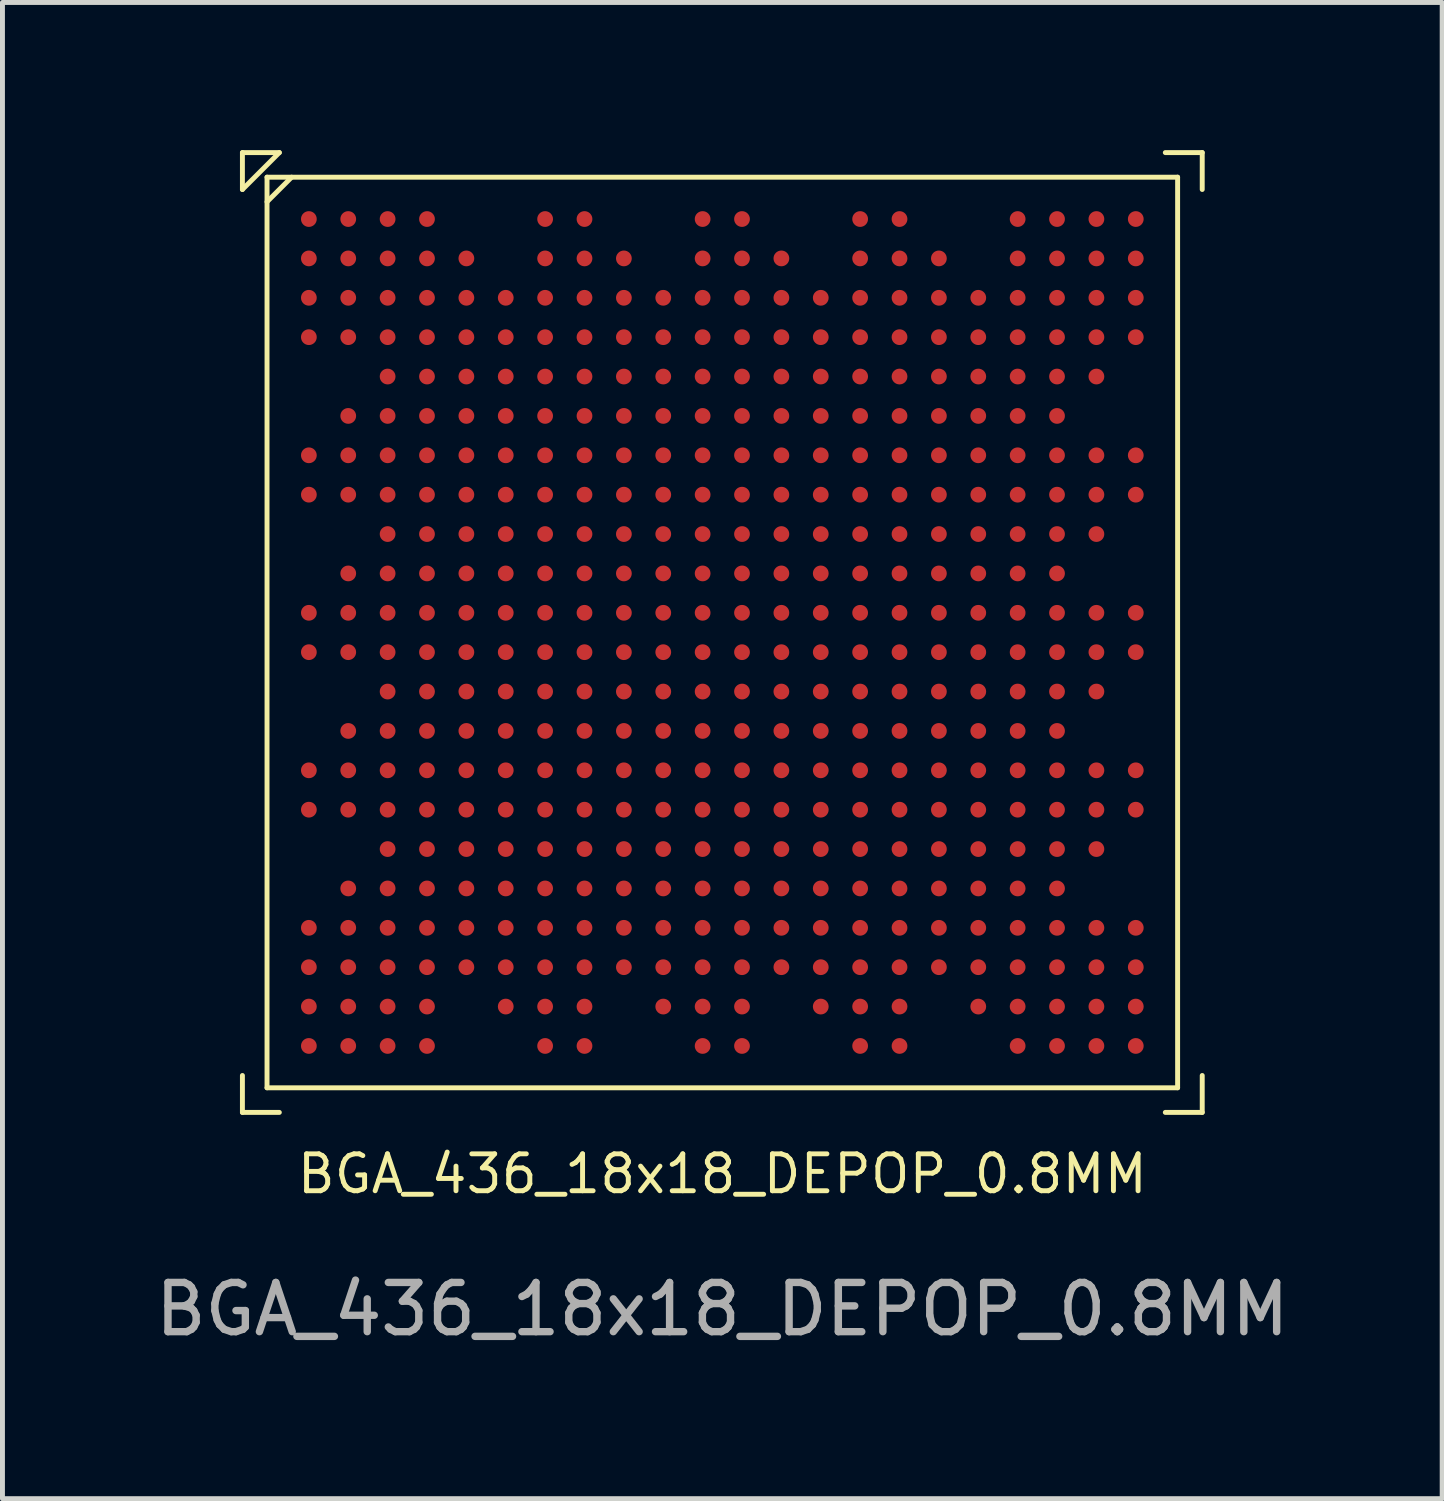
<source format=kicad_pcb>
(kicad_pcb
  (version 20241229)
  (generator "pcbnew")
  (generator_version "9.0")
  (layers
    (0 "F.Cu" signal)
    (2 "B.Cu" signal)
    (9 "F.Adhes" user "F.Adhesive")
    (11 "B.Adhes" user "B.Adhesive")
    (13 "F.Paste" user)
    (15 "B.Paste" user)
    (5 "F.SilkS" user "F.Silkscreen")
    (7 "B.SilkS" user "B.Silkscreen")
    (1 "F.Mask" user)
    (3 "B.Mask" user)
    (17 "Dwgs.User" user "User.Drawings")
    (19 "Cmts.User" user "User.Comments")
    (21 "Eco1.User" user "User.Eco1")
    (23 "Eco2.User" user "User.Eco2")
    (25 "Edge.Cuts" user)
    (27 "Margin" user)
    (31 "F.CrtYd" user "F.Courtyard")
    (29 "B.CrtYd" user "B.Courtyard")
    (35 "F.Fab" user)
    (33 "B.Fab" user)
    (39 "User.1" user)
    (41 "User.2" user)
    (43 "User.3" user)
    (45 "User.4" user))
  (footprint "BGA_436_18x18_DEPOP_0.8MM"
    (layer "F.Cu")
    (at 11.625 9.8)
    (property "Reference" "BGA_436_18x18_DEPOP_0.8MM" (at 0 11 0) (unlocked yes) (layer "F.SilkS") (effects (font (size 0.75 0.75) (thickness 0.1))))
    (attr smd)
    (fp_line (start -9.75 -9.75) (end -9 -9.75) (stroke (width 0.1) (type default)) (layer "F.SilkS"))
    (fp_line (start -9.75 -9) (end -9.75 -9.75) (stroke (width 0.1) (type default)) (layer "F.SilkS"))
    (fp_line (start -9.75 9.75) (end -9.75 9) (stroke (width 0.1) (type default)) (layer "F.SilkS"))
    (fp_line (start -9.25 -9.25) (end -9.25 9.25) (stroke (width 0.1) (type default)) (layer "F.SilkS"))
    (fp_line (start -9.25 9.25) (end 9.25 9.25) (stroke (width 0.1) (type default)) (layer "F.SilkS"))
    (fp_line (start -9 -9.75) (end -9.75 -9) (stroke (width 0.1) (type default)) (layer "F.SilkS"))
    (fp_line (start -9 9.75) (end -9.75 9.75) (stroke (width 0.1) (type default)) (layer "F.SilkS"))
    (fp_line (start -8.75 -9.25) (end -9.25 -8.75) (stroke (width 0.1) (type default)) (layer "F.SilkS"))
    (fp_line (start 9 -9.75) (end 9.75 -9.75) (stroke (width 0.1) (type default)) (layer "F.SilkS"))
    (fp_line (start 9.25 -9.25) (end -9.25 -9.25) (stroke (width 0.1) (type default)) (layer "F.SilkS"))
    (fp_line (start 9.25 9.25) (end 9.25 -9.25) (stroke (width 0.1) (type default)) (layer "F.SilkS"))
    (fp_line (start 9.75 -9.75) (end 9.75 -9) (stroke (width 0.1) (type default)) (layer "F.SilkS"))
    (fp_line (start 9.75 9) (end 9.75 9.75) (stroke (width 0.1) (type default)) (layer "F.SilkS"))
    (fp_line (start 9.75 9.75) (end 9 9.75) (stroke (width 0.1) (type default)) (layer "F.SilkS"))
    (fp_text user "${REFERENCE}" (at 0 13.75 0) (unlocked yes) (layer "F.Fab") (effects (font (size 1 1) (thickness 0.15))))
    (pad "A1" smd circle (at -8.4 -8.4) (size 0.32 0.32) (layers "F.Cu" "F.Mask" "F.Paste"))
    (pad "A2" smd circle (at -7.6 -8.4) (size 0.32 0.32) (layers "F.Cu" "F.Mask" "F.Paste"))
    (pad "A3" smd circle (at -6.8 -8.4) (size 0.32 0.32) (layers "F.Cu" "F.Mask" "F.Paste"))
    (pad "A4" smd circle (at -6 -8.4) (size 0.32 0.32) (layers "F.Cu" "F.Mask" "F.Paste"))
    (pad "A7" smd circle (at -3.6 -8.4) (size 0.32 0.32) (layers "F.Cu" "F.Mask" "F.Paste"))
    (pad "A8" smd circle (at -2.8 -8.4) (size 0.32 0.32) (layers "F.Cu" "F.Mask" "F.Paste"))
    (pad "A11" smd circle (at -0.4 -8.4) (size 0.32 0.32) (layers "F.Cu" "F.Mask" "F.Paste"))
    (pad "A12" smd circle (at 0.4 -8.4) (size 0.32 0.32) (layers "F.Cu" "F.Mask" "F.Paste"))
    (pad "A15" smd circle (at 2.8 -8.4) (size 0.32 0.32) (layers "F.Cu" "F.Mask" "F.Paste"))
    (pad "A16" smd circle (at 3.6 -8.4) (size 0.32 0.32) (layers "F.Cu" "F.Mask" "F.Paste"))
    (pad "A19" smd circle (at 6 -8.4) (size 0.32 0.32) (layers "F.Cu" "F.Mask" "F.Paste"))
    (pad "A20" smd circle (at 6.8 -8.4) (size 0.32 0.32) (layers "F.Cu" "F.Mask" "F.Paste"))
    (pad "A21" smd circle (at 7.6 -8.4) (size 0.32 0.32) (layers "F.Cu" "F.Mask" "F.Paste"))
    (pad "A22" smd circle (at 8.4 -8.4) (size 0.32 0.32) (layers "F.Cu" "F.Mask" "F.Paste"))
    (pad "AA1" smd circle (at -8.4 7.6) (size 0.32 0.32) (layers "F.Cu" "F.Mask" "F.Paste"))
    (pad "AA2" smd circle (at -7.6 7.6) (size 0.32 0.32) (layers "F.Cu" "F.Mask" "F.Paste"))
    (pad "AA3" smd circle (at -6.8 7.6) (size 0.32 0.32) (layers "F.Cu" "F.Mask" "F.Paste"))
    (pad "AA4" smd circle (at -6 7.6) (size 0.32 0.32) (layers "F.Cu" "F.Mask" "F.Paste"))
    (pad "AA6" smd circle (at -4.4 7.6) (size 0.32 0.32) (layers "F.Cu" "F.Mask" "F.Paste"))
    (pad "AA7" smd circle (at -3.6 7.6) (size 0.32 0.32) (layers "F.Cu" "F.Mask" "F.Paste"))
    (pad "AA8" smd circle (at -2.8 7.6) (size 0.32 0.32) (layers "F.Cu" "F.Mask" "F.Paste"))
    (pad "AA10" smd circle (at -1.2 7.6) (size 0.32 0.32) (layers "F.Cu" "F.Mask" "F.Paste"))
    (pad "AA11" smd circle (at -0.4 7.6) (size 0.32 0.32) (layers "F.Cu" "F.Mask" "F.Paste"))
    (pad "AA12" smd circle (at 0.4 7.6) (size 0.32 0.32) (layers "F.Cu" "F.Mask" "F.Paste"))
    (pad "AA14" smd circle (at 2 7.6) (size 0.32 0.32) (layers "F.Cu" "F.Mask" "F.Paste"))
    (pad "AA15" smd circle (at 2.8 7.6) (size 0.32 0.32) (layers "F.Cu" "F.Mask" "F.Paste"))
    (pad "AA16" smd circle (at 3.6 7.6) (size 0.32 0.32) (layers "F.Cu" "F.Mask" "F.Paste"))
    (pad "AA18" smd circle (at 5.2 7.6) (size 0.32 0.32) (layers "F.Cu" "F.Mask" "F.Paste"))
    (pad "AA19" smd circle (at 6 7.6) (size 0.32 0.32) (layers "F.Cu" "F.Mask" "F.Paste"))
    (pad "AA20" smd circle (at 6.8 7.6) (size 0.32 0.32) (layers "F.Cu" "F.Mask" "F.Paste"))
    (pad "AA21" smd circle (at 7.6 7.6) (size 0.32 0.32) (layers "F.Cu" "F.Mask" "F.Paste"))
    (pad "AA22" smd circle (at 8.4 7.6) (size 0.32 0.32) (layers "F.Cu" "F.Mask" "F.Paste"))
    (pad "AB1" smd circle (at -8.4 8.4) (size 0.32 0.32) (layers "F.Cu" "F.Mask" "F.Paste"))
    (pad "AB2" smd circle (at -7.6 8.4) (size 0.32 0.32) (layers "F.Cu" "F.Mask" "F.Paste"))
    (pad "AB3" smd circle (at -6.8 8.4) (size 0.32 0.32) (layers "F.Cu" "F.Mask" "F.Paste"))
    (pad "AB4" smd circle (at -6 8.4) (size 0.32 0.32) (layers "F.Cu" "F.Mask" "F.Paste"))
    (pad "AB7" smd circle (at -3.6 8.4) (size 0.32 0.32) (layers "F.Cu" "F.Mask" "F.Paste"))
    (pad "AB8" smd circle (at -2.8 8.4) (size 0.32 0.32) (layers "F.Cu" "F.Mask" "F.Paste"))
    (pad "AB11" smd circle (at -0.4 8.4) (size 0.32 0.32) (layers "F.Cu" "F.Mask" "F.Paste"))
    (pad "AB12" smd circle (at 0.4 8.4) (size 0.32 0.32) (layers "F.Cu" "F.Mask" "F.Paste"))
    (pad "AB15" smd circle (at 2.8 8.4) (size 0.32 0.32) (layers "F.Cu" "F.Mask" "F.Paste"))
    (pad "AB16" smd circle (at 3.6 8.4) (size 0.32 0.32) (layers "F.Cu" "F.Mask" "F.Paste"))
    (pad "AB19" smd circle (at 6 8.4) (size 0.32 0.32) (layers "F.Cu" "F.Mask" "F.Paste"))
    (pad "AB20" smd circle (at 6.8 8.4) (size 0.32 0.32) (layers "F.Cu" "F.Mask" "F.Paste"))
    (pad "AB21" smd circle (at 7.6 8.4) (size 0.32 0.32) (layers "F.Cu" "F.Mask" "F.Paste"))
    (pad "AB22" smd circle (at 8.4 8.4) (size 0.32 0.32) (layers "F.Cu" "F.Mask" "F.Paste"))
    (pad "B1" smd circle (at -8.4 -7.6) (size 0.32 0.32) (layers "F.Cu" "F.Mask" "F.Paste"))
    (pad "B2" smd circle (at -7.6 -7.6) (size 0.32 0.32) (layers "F.Cu" "F.Mask" "F.Paste"))
    (pad "B3" smd circle (at -6.8 -7.6) (size 0.32 0.32) (layers "F.Cu" "F.Mask" "F.Paste"))
    (pad "B4" smd circle (at -6 -7.6) (size 0.32 0.32) (layers "F.Cu" "F.Mask" "F.Paste"))
    (pad "B5" smd circle (at -5.2 -7.6) (size 0.32 0.32) (layers "F.Cu" "F.Mask" "F.Paste"))
    (pad "B7" smd circle (at -3.6 -7.6) (size 0.32 0.32) (layers "F.Cu" "F.Mask" "F.Paste"))
    (pad "B8" smd circle (at -2.8 -7.6) (size 0.32 0.32) (layers "F.Cu" "F.Mask" "F.Paste"))
    (pad "B9" smd circle (at -2 -7.6) (size 0.32 0.32) (layers "F.Cu" "F.Mask" "F.Paste"))
    (pad "B11" smd circle (at -0.4 -7.6) (size 0.32 0.32) (layers "F.Cu" "F.Mask" "F.Paste"))
    (pad "B12" smd circle (at 0.4 -7.6) (size 0.32 0.32) (layers "F.Cu" "F.Mask" "F.Paste"))
    (pad "B13" smd circle (at 1.2 -7.6) (size 0.32 0.32) (layers "F.Cu" "F.Mask" "F.Paste"))
    (pad "B15" smd circle (at 2.8 -7.6) (size 0.32 0.32) (layers "F.Cu" "F.Mask" "F.Paste"))
    (pad "B16" smd circle (at 3.6 -7.6) (size 0.32 0.32) (layers "F.Cu" "F.Mask" "F.Paste"))
    (pad "B17" smd circle (at 4.4 -7.6) (size 0.32 0.32) (layers "F.Cu" "F.Mask" "F.Paste"))
    (pad "B19" smd circle (at 6 -7.6) (size 0.32 0.32) (layers "F.Cu" "F.Mask" "F.Paste"))
    (pad "B20" smd circle (at 6.8 -7.6) (size 0.32 0.32) (layers "F.Cu" "F.Mask" "F.Paste"))
    (pad "B21" smd circle (at 7.6 -7.6) (size 0.32 0.32) (layers "F.Cu" "F.Mask" "F.Paste"))
    (pad "B22" smd circle (at 8.4 -7.6) (size 0.32 0.32) (layers "F.Cu" "F.Mask" "F.Paste"))
    (pad "C1" smd circle (at -8.4 -6.8) (size 0.32 0.32) (layers "F.Cu" "F.Mask" "F.Paste"))
    (pad "C2" smd circle (at -7.6 -6.8) (size 0.32 0.32) (layers "F.Cu" "F.Mask" "F.Paste"))
    (pad "C3" smd circle (at -6.8 -6.8) (size 0.32 0.32) (layers "F.Cu" "F.Mask" "F.Paste"))
    (pad "C4" smd circle (at -6 -6.8) (size 0.32 0.32) (layers "F.Cu" "F.Mask" "F.Paste"))
    (pad "C5" smd circle (at -5.2 -6.8) (size 0.32 0.32) (layers "F.Cu" "F.Mask" "F.Paste"))
    (pad "C6" smd circle (at -4.4 -6.8) (size 0.32 0.32) (layers "F.Cu" "F.Mask" "F.Paste"))
    (pad "C7" smd circle (at -3.6 -6.8) (size 0.32 0.32) (layers "F.Cu" "F.Mask" "F.Paste"))
    (pad "C8" smd circle (at -2.8 -6.8) (size 0.32 0.32) (layers "F.Cu" "F.Mask" "F.Paste"))
    (pad "C9" smd circle (at -2 -6.8) (size 0.32 0.32) (layers "F.Cu" "F.Mask" "F.Paste"))
    (pad "C10" smd circle (at -1.2 -6.8) (size 0.32 0.32) (layers "F.Cu" "F.Mask" "F.Paste"))
    (pad "C11" smd circle (at -0.4 -6.8) (size 0.32 0.32) (layers "F.Cu" "F.Mask" "F.Paste"))
    (pad "C12" smd circle (at 0.4 -6.8) (size 0.32 0.32) (layers "F.Cu" "F.Mask" "F.Paste"))
    (pad "C13" smd circle (at 1.2 -6.8) (size 0.32 0.32) (layers "F.Cu" "F.Mask" "F.Paste"))
    (pad "C14" smd circle (at 2 -6.8) (size 0.32 0.32) (layers "F.Cu" "F.Mask" "F.Paste"))
    (pad "C15" smd circle (at 2.8 -6.8) (size 0.32 0.32) (layers "F.Cu" "F.Mask" "F.Paste"))
    (pad "C16" smd circle (at 3.6 -6.8) (size 0.32 0.32) (layers "F.Cu" "F.Mask" "F.Paste"))
    (pad "C17" smd circle (at 4.4 -6.8) (size 0.32 0.32) (layers "F.Cu" "F.Mask" "F.Paste"))
    (pad "C18" smd circle (at 5.2 -6.8) (size 0.32 0.32) (layers "F.Cu" "F.Mask" "F.Paste"))
    (pad "C19" smd circle (at 6 -6.8) (size 0.32 0.32) (layers "F.Cu" "F.Mask" "F.Paste"))
    (pad "C20" smd circle (at 6.8 -6.8) (size 0.32 0.32) (layers "F.Cu" "F.Mask" "F.Paste"))
    (pad "C21" smd circle (at 7.6 -6.8) (size 0.32 0.32) (layers "F.Cu" "F.Mask" "F.Paste"))
    (pad "C22" smd circle (at 8.4 -6.8) (size 0.32 0.32) (layers "F.Cu" "F.Mask" "F.Paste"))
    (pad "D1" smd circle (at -8.4 -6) (size 0.32 0.32) (layers "F.Cu" "F.Mask" "F.Paste"))
    (pad "D2" smd circle (at -7.6 -6) (size 0.32 0.32) (layers "F.Cu" "F.Mask" "F.Paste"))
    (pad "D3" smd circle (at -6.8 -6) (size 0.32 0.32) (layers "F.Cu" "F.Mask" "F.Paste"))
    (pad "D4" smd circle (at -6 -6) (size 0.32 0.32) (layers "F.Cu" "F.Mask" "F.Paste"))
    (pad "D5" smd circle (at -5.2 -6) (size 0.32 0.32) (layers "F.Cu" "F.Mask" "F.Paste"))
    (pad "D6" smd circle (at -4.4 -6) (size 0.32 0.32) (layers "F.Cu" "F.Mask" "F.Paste"))
    (pad "D7" smd circle (at -3.6 -6) (size 0.32 0.32) (layers "F.Cu" "F.Mask" "F.Paste"))
    (pad "D8" smd circle (at -2.8 -6) (size 0.32 0.32) (layers "F.Cu" "F.Mask" "F.Paste"))
    (pad "D9" smd circle (at -2 -6) (size 0.32 0.32) (layers "F.Cu" "F.Mask" "F.Paste"))
    (pad "D10" smd circle (at -1.2 -6) (size 0.32 0.32) (layers "F.Cu" "F.Mask" "F.Paste"))
    (pad "D11" smd circle (at -0.4 -6) (size 0.32 0.32) (layers "F.Cu" "F.Mask" "F.Paste"))
    (pad "D12" smd circle (at 0.4 -6) (size 0.32 0.32) (layers "F.Cu" "F.Mask" "F.Paste"))
    (pad "D13" smd circle (at 1.2 -6) (size 0.32 0.32) (layers "F.Cu" "F.Mask" "F.Paste"))
    (pad "D14" smd circle (at 2 -6) (size 0.32 0.32) (layers "F.Cu" "F.Mask" "F.Paste"))
    (pad "D15" smd circle (at 2.8 -6) (size 0.32 0.32) (layers "F.Cu" "F.Mask" "F.Paste"))
    (pad "D16" smd circle (at 3.6 -6) (size 0.32 0.32) (layers "F.Cu" "F.Mask" "F.Paste"))
    (pad "D17" smd circle (at 4.4 -6) (size 0.32 0.32) (layers "F.Cu" "F.Mask" "F.Paste"))
    (pad "D18" smd circle (at 5.2 -6) (size 0.32 0.32) (layers "F.Cu" "F.Mask" "F.Paste"))
    (pad "D19" smd circle (at 6 -6) (size 0.32 0.32) (layers "F.Cu" "F.Mask" "F.Paste"))
    (pad "D20" smd circle (at 6.8 -6) (size 0.32 0.32) (layers "F.Cu" "F.Mask" "F.Paste"))
    (pad "D21" smd circle (at 7.6 -6) (size 0.32 0.32) (layers "F.Cu" "F.Mask" "F.Paste"))
    (pad "D22" smd circle (at 8.4 -6) (size 0.32 0.32) (layers "F.Cu" "F.Mask" "F.Paste"))
    (pad "E3" smd circle (at -6.8 -5.2) (size 0.32 0.32) (layers "F.Cu" "F.Mask" "F.Paste"))
    (pad "E4" smd circle (at -6 -5.2) (size 0.32 0.32) (layers "F.Cu" "F.Mask" "F.Paste"))
    (pad "E5" smd circle (at -5.2 -5.2) (size 0.32 0.32) (layers "F.Cu" "F.Mask" "F.Paste"))
    (pad "E6" smd circle (at -4.4 -5.2) (size 0.32 0.32) (layers "F.Cu" "F.Mask" "F.Paste"))
    (pad "E7" smd circle (at -3.6 -5.2) (size 0.32 0.32) (layers "F.Cu" "F.Mask" "F.Paste"))
    (pad "E8" smd circle (at -2.8 -5.2) (size 0.32 0.32) (layers "F.Cu" "F.Mask" "F.Paste"))
    (pad "E9" smd circle (at -2 -5.2) (size 0.32 0.32) (layers "F.Cu" "F.Mask" "F.Paste"))
    (pad "E10" smd circle (at -1.2 -5.2) (size 0.32 0.32) (layers "F.Cu" "F.Mask" "F.Paste"))
    (pad "E11" smd circle (at -0.4 -5.2) (size 0.32 0.32) (layers "F.Cu" "F.Mask" "F.Paste"))
    (pad "E12" smd circle (at 0.4 -5.2) (size 0.32 0.32) (layers "F.Cu" "F.Mask" "F.Paste"))
    (pad "E13" smd circle (at 1.2 -5.2) (size 0.32 0.32) (layers "F.Cu" "F.Mask" "F.Paste"))
    (pad "E14" smd circle (at 2 -5.2) (size 0.32 0.32) (layers "F.Cu" "F.Mask" "F.Paste"))
    (pad "E15" smd circle (at 2.8 -5.2) (size 0.32 0.32) (layers "F.Cu" "F.Mask" "F.Paste"))
    (pad "E16" smd circle (at 3.6 -5.2) (size 0.32 0.32) (layers "F.Cu" "F.Mask" "F.Paste"))
    (pad "E17" smd circle (at 4.4 -5.2) (size 0.32 0.32) (layers "F.Cu" "F.Mask" "F.Paste"))
    (pad "E18" smd circle (at 5.2 -5.2) (size 0.32 0.32) (layers "F.Cu" "F.Mask" "F.Paste"))
    (pad "E19" smd circle (at 6 -5.2) (size 0.32 0.32) (layers "F.Cu" "F.Mask" "F.Paste"))
    (pad "E20" smd circle (at 6.8 -5.2) (size 0.32 0.32) (layers "F.Cu" "F.Mask" "F.Paste"))
    (pad "E21" smd circle (at 7.6 -5.2) (size 0.32 0.32) (layers "F.Cu" "F.Mask" "F.Paste"))
    (pad "F2" smd circle (at -7.6 -4.4) (size 0.32 0.32) (layers "F.Cu" "F.Mask" "F.Paste"))
    (pad "F3" smd circle (at -6.8 -4.4) (size 0.32 0.32) (layers "F.Cu" "F.Mask" "F.Paste"))
    (pad "F4" smd circle (at -6 -4.4) (size 0.32 0.32) (layers "F.Cu" "F.Mask" "F.Paste"))
    (pad "F5" smd circle (at -5.2 -4.4) (size 0.32 0.32) (layers "F.Cu" "F.Mask" "F.Paste"))
    (pad "F6" smd circle (at -4.4 -4.4) (size 0.32 0.32) (layers "F.Cu" "F.Mask" "F.Paste"))
    (pad "F7" smd circle (at -3.6 -4.4) (size 0.32 0.32) (layers "F.Cu" "F.Mask" "F.Paste"))
    (pad "F8" smd circle (at -2.8 -4.4) (size 0.32 0.32) (layers "F.Cu" "F.Mask" "F.Paste"))
    (pad "F9" smd circle (at -2 -4.4) (size 0.32 0.32) (layers "F.Cu" "F.Mask" "F.Paste"))
    (pad "F10" smd circle (at -1.2 -4.4) (size 0.32 0.32) (layers "F.Cu" "F.Mask" "F.Paste"))
    (pad "F11" smd circle (at -0.4 -4.4) (size 0.32 0.32) (layers "F.Cu" "F.Mask" "F.Paste"))
    (pad "F12" smd circle (at 0.4 -4.4) (size 0.32 0.32) (layers "F.Cu" "F.Mask" "F.Paste"))
    (pad "F13" smd circle (at 1.2 -4.4) (size 0.32 0.32) (layers "F.Cu" "F.Mask" "F.Paste"))
    (pad "F14" smd circle (at 2 -4.4) (size 0.32 0.32) (layers "F.Cu" "F.Mask" "F.Paste"))
    (pad "F15" smd circle (at 2.8 -4.4) (size 0.32 0.32) (layers "F.Cu" "F.Mask" "F.Paste"))
    (pad "F16" smd circle (at 3.6 -4.4) (size 0.32 0.32) (layers "F.Cu" "F.Mask" "F.Paste"))
    (pad "F17" smd circle (at 4.4 -4.4) (size 0.32 0.32) (layers "F.Cu" "F.Mask" "F.Paste"))
    (pad "F18" smd circle (at 5.2 -4.4) (size 0.32 0.32) (layers "F.Cu" "F.Mask" "F.Paste"))
    (pad "F19" smd circle (at 6 -4.4) (size 0.32 0.32) (layers "F.Cu" "F.Mask" "F.Paste"))
    (pad "F20" smd circle (at 6.8 -4.4) (size 0.32 0.32) (layers "F.Cu" "F.Mask" "F.Paste"))
    (pad "G1" smd circle (at -8.4 -3.6) (size 0.32 0.32) (layers "F.Cu" "F.Mask" "F.Paste"))
    (pad "G2" smd circle (at -7.6 -3.6) (size 0.32 0.32) (layers "F.Cu" "F.Mask" "F.Paste"))
    (pad "G3" smd circle (at -6.8 -3.6) (size 0.32 0.32) (layers "F.Cu" "F.Mask" "F.Paste"))
    (pad "G4" smd circle (at -6 -3.6) (size 0.32 0.32) (layers "F.Cu" "F.Mask" "F.Paste"))
    (pad "G5" smd circle (at -5.2 -3.6) (size 0.32 0.32) (layers "F.Cu" "F.Mask" "F.Paste"))
    (pad "G6" smd circle (at -4.4 -3.6) (size 0.32 0.32) (layers "F.Cu" "F.Mask" "F.Paste"))
    (pad "G7" smd circle (at -3.6 -3.6) (size 0.32 0.32) (layers "F.Cu" "F.Mask" "F.Paste"))
    (pad "G8" smd circle (at -2.8 -3.6) (size 0.32 0.32) (layers "F.Cu" "F.Mask" "F.Paste"))
    (pad "G9" smd circle (at -2 -3.6) (size 0.32 0.32) (layers "F.Cu" "F.Mask" "F.Paste"))
    (pad "G10" smd circle (at -1.2 -3.6) (size 0.32 0.32) (layers "F.Cu" "F.Mask" "F.Paste"))
    (pad "G11" smd circle (at -0.4 -3.6) (size 0.32 0.32) (layers "F.Cu" "F.Mask" "F.Paste"))
    (pad "G12" smd circle (at 0.4 -3.6) (size 0.32 0.32) (layers "F.Cu" "F.Mask" "F.Paste"))
    (pad "G13" smd circle (at 1.2 -3.6) (size 0.32 0.32) (layers "F.Cu" "F.Mask" "F.Paste"))
    (pad "G14" smd circle (at 2 -3.6) (size 0.32 0.32) (layers "F.Cu" "F.Mask" "F.Paste"))
    (pad "G15" smd circle (at 2.8 -3.6) (size 0.32 0.32) (layers "F.Cu" "F.Mask" "F.Paste"))
    (pad "G16" smd circle (at 3.6 -3.6) (size 0.32 0.32) (layers "F.Cu" "F.Mask" "F.Paste"))
    (pad "G17" smd circle (at 4.4 -3.6) (size 0.32 0.32) (layers "F.Cu" "F.Mask" "F.Paste"))
    (pad "G18" smd circle (at 5.2 -3.6) (size 0.32 0.32) (layers "F.Cu" "F.Mask" "F.Paste"))
    (pad "G19" smd circle (at 6 -3.6) (size 0.32 0.32) (layers "F.Cu" "F.Mask" "F.Paste"))
    (pad "G20" smd circle (at 6.8 -3.6) (size 0.32 0.32) (layers "F.Cu" "F.Mask" "F.Paste"))
    (pad "G21" smd circle (at 7.6 -3.6) (size 0.32 0.32) (layers "F.Cu" "F.Mask" "F.Paste"))
    (pad "G22" smd circle (at 8.4 -3.6) (size 0.32 0.32) (layers "F.Cu" "F.Mask" "F.Paste"))
    (pad "H1" smd circle (at -8.4 -2.8) (size 0.32 0.32) (layers "F.Cu" "F.Mask" "F.Paste"))
    (pad "H2" smd circle (at -7.6 -2.8) (size 0.32 0.32) (layers "F.Cu" "F.Mask" "F.Paste"))
    (pad "H3" smd circle (at -6.8 -2.8) (size 0.32 0.32) (layers "F.Cu" "F.Mask" "F.Paste"))
    (pad "H4" smd circle (at -6 -2.8) (size 0.32 0.32) (layers "F.Cu" "F.Mask" "F.Paste"))
    (pad "H5" smd circle (at -5.2 -2.8) (size 0.32 0.32) (layers "F.Cu" "F.Mask" "F.Paste"))
    (pad "H6" smd circle (at -4.4 -2.8) (size 0.32 0.32) (layers "F.Cu" "F.Mask" "F.Paste"))
    (pad "H7" smd circle (at -3.6 -2.8) (size 0.32 0.32) (layers "F.Cu" "F.Mask" "F.Paste"))
    (pad "H8" smd circle (at -2.8 -2.8) (size 0.32 0.32) (layers "F.Cu" "F.Mask" "F.Paste"))
    (pad "H9" smd circle (at -2 -2.8) (size 0.32 0.32) (layers "F.Cu" "F.Mask" "F.Paste"))
    (pad "H10" smd circle (at -1.2 -2.8) (size 0.32 0.32) (layers "F.Cu" "F.Mask" "F.Paste"))
    (pad "H11" smd circle (at -0.4 -2.8) (size 0.32 0.32) (layers "F.Cu" "F.Mask" "F.Paste"))
    (pad "H12" smd circle (at 0.4 -2.8) (size 0.32 0.32) (layers "F.Cu" "F.Mask" "F.Paste"))
    (pad "H13" smd circle (at 1.2 -2.8) (size 0.32 0.32) (layers "F.Cu" "F.Mask" "F.Paste"))
    (pad "H14" smd circle (at 2 -2.8) (size 0.32 0.32) (layers "F.Cu" "F.Mask" "F.Paste"))
    (pad "H15" smd circle (at 2.8 -2.8) (size 0.32 0.32) (layers "F.Cu" "F.Mask" "F.Paste"))
    (pad "H16" smd circle (at 3.6 -2.8) (size 0.32 0.32) (layers "F.Cu" "F.Mask" "F.Paste"))
    (pad "H17" smd circle (at 4.4 -2.8) (size 0.32 0.32) (layers "F.Cu" "F.Mask" "F.Paste"))
    (pad "H18" smd circle (at 5.2 -2.8) (size 0.32 0.32) (layers "F.Cu" "F.Mask" "F.Paste"))
    (pad "H19" smd circle (at 6 -2.8) (size 0.32 0.32) (layers "F.Cu" "F.Mask" "F.Paste"))
    (pad "H20" smd circle (at 6.8 -2.8) (size 0.32 0.32) (layers "F.Cu" "F.Mask" "F.Paste"))
    (pad "H21" smd circle (at 7.6 -2.8) (size 0.32 0.32) (layers "F.Cu" "F.Mask" "F.Paste"))
    (pad "H22" smd circle (at 8.4 -2.8) (size 0.32 0.32) (layers "F.Cu" "F.Mask" "F.Paste"))
    (pad "J3" smd circle (at -6.8 -2) (size 0.32 0.32) (layers "F.Cu" "F.Mask" "F.Paste"))
    (pad "J4" smd circle (at -6 -2) (size 0.32 0.32) (layers "F.Cu" "F.Mask" "F.Paste"))
    (pad "J5" smd circle (at -5.2 -2) (size 0.32 0.32) (layers "F.Cu" "F.Mask" "F.Paste"))
    (pad "J6" smd circle (at -4.4 -2) (size 0.32 0.32) (layers "F.Cu" "F.Mask" "F.Paste"))
    (pad "J7" smd circle (at -3.6 -2) (size 0.32 0.32) (layers "F.Cu" "F.Mask" "F.Paste"))
    (pad "J8" smd circle (at -2.8 -2) (size 0.32 0.32) (layers "F.Cu" "F.Mask" "F.Paste"))
    (pad "J9" smd circle (at -2 -2) (size 0.32 0.32) (layers "F.Cu" "F.Mask" "F.Paste"))
    (pad "J10" smd circle (at -1.2 -2) (size 0.32 0.32) (layers "F.Cu" "F.Mask" "F.Paste"))
    (pad "J11" smd circle (at -0.4 -2) (size 0.32 0.32) (layers "F.Cu" "F.Mask" "F.Paste"))
    (pad "J12" smd circle (at 0.4 -2) (size 0.32 0.32) (layers "F.Cu" "F.Mask" "F.Paste"))
    (pad "J13" smd circle (at 1.2 -2) (size 0.32 0.32) (layers "F.Cu" "F.Mask" "F.Paste"))
    (pad "J14" smd circle (at 2 -2) (size 0.32 0.32) (layers "F.Cu" "F.Mask" "F.Paste"))
    (pad "J15" smd circle (at 2.8 -2) (size 0.32 0.32) (layers "F.Cu" "F.Mask" "F.Paste"))
    (pad "J16" smd circle (at 3.6 -2) (size 0.32 0.32) (layers "F.Cu" "F.Mask" "F.Paste"))
    (pad "J17" smd circle (at 4.4 -2) (size 0.32 0.32) (layers "F.Cu" "F.Mask" "F.Paste"))
    (pad "J18" smd circle (at 5.2 -2) (size 0.32 0.32) (layers "F.Cu" "F.Mask" "F.Paste"))
    (pad "J19" smd circle (at 6 -2) (size 0.32 0.32) (layers "F.Cu" "F.Mask" "F.Paste"))
    (pad "J20" smd circle (at 6.8 -2) (size 0.32 0.32) (layers "F.Cu" "F.Mask" "F.Paste"))
    (pad "J21" smd circle (at 7.6 -2) (size 0.32 0.32) (layers "F.Cu" "F.Mask" "F.Paste"))
    (pad "K2" smd circle (at -7.6 -1.2) (size 0.32 0.32) (layers "F.Cu" "F.Mask" "F.Paste"))
    (pad "K3" smd circle (at -6.8 -1.2) (size 0.32 0.32) (layers "F.Cu" "F.Mask" "F.Paste"))
    (pad "K4" smd circle (at -6 -1.2) (size 0.32 0.32) (layers "F.Cu" "F.Mask" "F.Paste"))
    (pad "K5" smd circle (at -5.2 -1.2) (size 0.32 0.32) (layers "F.Cu" "F.Mask" "F.Paste"))
    (pad "K6" smd circle (at -4.4 -1.2) (size 0.32 0.32) (layers "F.Cu" "F.Mask" "F.Paste"))
    (pad "K7" smd circle (at -3.6 -1.2) (size 0.32 0.32) (layers "F.Cu" "F.Mask" "F.Paste"))
    (pad "K8" smd circle (at -2.8 -1.2) (size 0.32 0.32) (layers "F.Cu" "F.Mask" "F.Paste"))
    (pad "K9" smd circle (at -2 -1.2) (size 0.32 0.32) (layers "F.Cu" "F.Mask" "F.Paste"))
    (pad "K10" smd circle (at -1.2 -1.2) (size 0.32 0.32) (layers "F.Cu" "F.Mask" "F.Paste"))
    (pad "K11" smd circle (at -0.4 -1.2) (size 0.32 0.32) (layers "F.Cu" "F.Mask" "F.Paste"))
    (pad "K12" smd circle (at 0.4 -1.2) (size 0.32 0.32) (layers "F.Cu" "F.Mask" "F.Paste"))
    (pad "K13" smd circle (at 1.2 -1.2) (size 0.32 0.32) (layers "F.Cu" "F.Mask" "F.Paste"))
    (pad "K14" smd circle (at 2 -1.2) (size 0.32 0.32) (layers "F.Cu" "F.Mask" "F.Paste"))
    (pad "K15" smd circle (at 2.8 -1.2) (size 0.32 0.32) (layers "F.Cu" "F.Mask" "F.Paste"))
    (pad "K16" smd circle (at 3.6 -1.2) (size 0.32 0.32) (layers "F.Cu" "F.Mask" "F.Paste"))
    (pad "K17" smd circle (at 4.4 -1.2) (size 0.32 0.32) (layers "F.Cu" "F.Mask" "F.Paste"))
    (pad "K18" smd circle (at 5.2 -1.2) (size 0.32 0.32) (layers "F.Cu" "F.Mask" "F.Paste"))
    (pad "K19" smd circle (at 6 -1.2) (size 0.32 0.32) (layers "F.Cu" "F.Mask" "F.Paste"))
    (pad "K20" smd circle (at 6.8 -1.2) (size 0.32 0.32) (layers "F.Cu" "F.Mask" "F.Paste"))
    (pad "L1" smd circle (at -8.4 -0.4) (size 0.32 0.32) (layers "F.Cu" "F.Mask" "F.Paste"))
    (pad "L2" smd circle (at -7.6 -0.4) (size 0.32 0.32) (layers "F.Cu" "F.Mask" "F.Paste"))
    (pad "L3" smd circle (at -6.8 -0.4) (size 0.32 0.32) (layers "F.Cu" "F.Mask" "F.Paste"))
    (pad "L4" smd circle (at -6 -0.4) (size 0.32 0.32) (layers "F.Cu" "F.Mask" "F.Paste"))
    (pad "L5" smd circle (at -5.2 -0.4) (size 0.32 0.32) (layers "F.Cu" "F.Mask" "F.Paste"))
    (pad "L6" smd circle (at -4.4 -0.4) (size 0.32 0.32) (layers "F.Cu" "F.Mask" "F.Paste"))
    (pad "L7" smd circle (at -3.6 -0.4) (size 0.32 0.32) (layers "F.Cu" "F.Mask" "F.Paste"))
    (pad "L8" smd circle (at -2.8 -0.4) (size 0.32 0.32) (layers "F.Cu" "F.Mask" "F.Paste"))
    (pad "L9" smd circle (at -2 -0.4) (size 0.32 0.32) (layers "F.Cu" "F.Mask" "F.Paste"))
    (pad "L10" smd circle (at -1.2 -0.4) (size 0.32 0.32) (layers "F.Cu" "F.Mask" "F.Paste"))
    (pad "L11" smd circle (at -0.4 -0.4) (size 0.32 0.32) (layers "F.Cu" "F.Mask" "F.Paste"))
    (pad "L12" smd circle (at 0.4 -0.4) (size 0.32 0.32) (layers "F.Cu" "F.Mask" "F.Paste"))
    (pad "L13" smd circle (at 1.2 -0.4) (size 0.32 0.32) (layers "F.Cu" "F.Mask" "F.Paste"))
    (pad "L14" smd circle (at 2 -0.4) (size 0.32 0.32) (layers "F.Cu" "F.Mask" "F.Paste"))
    (pad "L15" smd circle (at 2.8 -0.4) (size 0.32 0.32) (layers "F.Cu" "F.Mask" "F.Paste"))
    (pad "L16" smd circle (at 3.6 -0.4) (size 0.32 0.32) (layers "F.Cu" "F.Mask" "F.Paste"))
    (pad "L17" smd circle (at 4.4 -0.4) (size 0.32 0.32) (layers "F.Cu" "F.Mask" "F.Paste"))
    (pad "L18" smd circle (at 5.2 -0.4) (size 0.32 0.32) (layers "F.Cu" "F.Mask" "F.Paste"))
    (pad "L19" smd circle (at 6 -0.4) (size 0.32 0.32) (layers "F.Cu" "F.Mask" "F.Paste"))
    (pad "L20" smd circle (at 6.8 -0.4) (size 0.32 0.32) (layers "F.Cu" "F.Mask" "F.Paste"))
    (pad "L21" smd circle (at 7.6 -0.4) (size 0.32 0.32) (layers "F.Cu" "F.Mask" "F.Paste"))
    (pad "L22" smd circle (at 8.4 -0.4) (size 0.32 0.32) (layers "F.Cu" "F.Mask" "F.Paste"))
    (pad "M1" smd circle (at -8.4 0.4) (size 0.32 0.32) (layers "F.Cu" "F.Mask" "F.Paste"))
    (pad "M2" smd circle (at -7.6 0.4) (size 0.32 0.32) (layers "F.Cu" "F.Mask" "F.Paste"))
    (pad "M3" smd circle (at -6.8 0.4) (size 0.32 0.32) (layers "F.Cu" "F.Mask" "F.Paste"))
    (pad "M4" smd circle (at -6 0.4) (size 0.32 0.32) (layers "F.Cu" "F.Mask" "F.Paste"))
    (pad "M5" smd circle (at -5.2 0.4) (size 0.32 0.32) (layers "F.Cu" "F.Mask" "F.Paste"))
    (pad "M6" smd circle (at -4.4 0.4) (size 0.32 0.32) (layers "F.Cu" "F.Mask" "F.Paste"))
    (pad "M7" smd circle (at -3.6 0.4) (size 0.32 0.32) (layers "F.Cu" "F.Mask" "F.Paste"))
    (pad "M8" smd circle (at -2.8 0.4) (size 0.32 0.32) (layers "F.Cu" "F.Mask" "F.Paste"))
    (pad "M9" smd circle (at -2 0.4) (size 0.32 0.32) (layers "F.Cu" "F.Mask" "F.Paste"))
    (pad "M10" smd circle (at -1.2 0.4) (size 0.32 0.32) (layers "F.Cu" "F.Mask" "F.Paste"))
    (pad "M11" smd circle (at -0.4 0.4) (size 0.32 0.32) (layers "F.Cu" "F.Mask" "F.Paste"))
    (pad "M12" smd circle (at 0.4 0.4) (size 0.32 0.32) (layers "F.Cu" "F.Mask" "F.Paste"))
    (pad "M13" smd circle (at 1.2 0.4) (size 0.32 0.32) (layers "F.Cu" "F.Mask" "F.Paste"))
    (pad "M14" smd circle (at 2 0.4) (size 0.32 0.32) (layers "F.Cu" "F.Mask" "F.Paste"))
    (pad "M15" smd circle (at 2.8 0.4) (size 0.32 0.32) (layers "F.Cu" "F.Mask" "F.Paste"))
    (pad "M16" smd circle (at 3.6 0.4) (size 0.32 0.32) (layers "F.Cu" "F.Mask" "F.Paste"))
    (pad "M17" smd circle (at 4.4 0.4) (size 0.32 0.32) (layers "F.Cu" "F.Mask" "F.Paste"))
    (pad "M18" smd circle (at 5.2 0.4) (size 0.32 0.32) (layers "F.Cu" "F.Mask" "F.Paste"))
    (pad "M19" smd circle (at 6 0.4) (size 0.32 0.32) (layers "F.Cu" "F.Mask" "F.Paste"))
    (pad "M20" smd circle (at 6.8 0.4) (size 0.32 0.32) (layers "F.Cu" "F.Mask" "F.Paste"))
    (pad "M21" smd circle (at 7.6 0.4) (size 0.32 0.32) (layers "F.Cu" "F.Mask" "F.Paste"))
    (pad "M22" smd circle (at 8.4 0.4) (size 0.32 0.32) (layers "F.Cu" "F.Mask" "F.Paste"))
    (pad "N3" smd circle (at -6.8 1.2) (size 0.32 0.32) (layers "F.Cu" "F.Mask" "F.Paste"))
    (pad "N4" smd circle (at -6 1.2) (size 0.32 0.32) (layers "F.Cu" "F.Mask" "F.Paste"))
    (pad "N5" smd circle (at -5.2 1.2) (size 0.32 0.32) (layers "F.Cu" "F.Mask" "F.Paste"))
    (pad "N6" smd circle (at -4.4 1.2) (size 0.32 0.32) (layers "F.Cu" "F.Mask" "F.Paste"))
    (pad "N7" smd circle (at -3.6 1.2) (size 0.32 0.32) (layers "F.Cu" "F.Mask" "F.Paste"))
    (pad "N8" smd circle (at -2.8 1.2) (size 0.32 0.32) (layers "F.Cu" "F.Mask" "F.Paste"))
    (pad "N9" smd circle (at -2 1.2) (size 0.32 0.32) (layers "F.Cu" "F.Mask" "F.Paste"))
    (pad "N10" smd circle (at -1.2 1.2) (size 0.32 0.32) (layers "F.Cu" "F.Mask" "F.Paste"))
    (pad "N11" smd circle (at -0.4 1.2) (size 0.32 0.32) (layers "F.Cu" "F.Mask" "F.Paste"))
    (pad "N12" smd circle (at 0.4 1.2) (size 0.32 0.32) (layers "F.Cu" "F.Mask" "F.Paste"))
    (pad "N13" smd circle (at 1.2 1.2) (size 0.32 0.32) (layers "F.Cu" "F.Mask" "F.Paste"))
    (pad "N14" smd circle (at 2 1.2) (size 0.32 0.32) (layers "F.Cu" "F.Mask" "F.Paste"))
    (pad "N15" smd circle (at 2.8 1.2) (size 0.32 0.32) (layers "F.Cu" "F.Mask" "F.Paste"))
    (pad "N16" smd circle (at 3.6 1.2) (size 0.32 0.32) (layers "F.Cu" "F.Mask" "F.Paste"))
    (pad "N17" smd circle (at 4.4 1.2) (size 0.32 0.32) (layers "F.Cu" "F.Mask" "F.Paste"))
    (pad "N18" smd circle (at 5.2 1.2) (size 0.32 0.32) (layers "F.Cu" "F.Mask" "F.Paste"))
    (pad "N19" smd circle (at 6 1.2) (size 0.32 0.32) (layers "F.Cu" "F.Mask" "F.Paste"))
    (pad "N20" smd circle (at 6.8 1.2) (size 0.32 0.32) (layers "F.Cu" "F.Mask" "F.Paste"))
    (pad "N21" smd circle (at 7.6 1.2) (size 0.32 0.32) (layers "F.Cu" "F.Mask" "F.Paste"))
    (pad "P2" smd circle (at -7.6 2) (size 0.32 0.32) (layers "F.Cu" "F.Mask" "F.Paste"))
    (pad "P3" smd circle (at -6.8 2) (size 0.32 0.32) (layers "F.Cu" "F.Mask" "F.Paste"))
    (pad "P4" smd circle (at -6 2) (size 0.32 0.32) (layers "F.Cu" "F.Mask" "F.Paste"))
    (pad "P5" smd circle (at -5.2 2) (size 0.32 0.32) (layers "F.Cu" "F.Mask" "F.Paste"))
    (pad "P6" smd circle (at -4.4 2) (size 0.32 0.32) (layers "F.Cu" "F.Mask" "F.Paste"))
    (pad "P7" smd circle (at -3.6 2) (size 0.32 0.32) (layers "F.Cu" "F.Mask" "F.Paste"))
    (pad "P8" smd circle (at -2.8 2) (size 0.32 0.32) (layers "F.Cu" "F.Mask" "F.Paste"))
    (pad "P9" smd circle (at -2 2) (size 0.32 0.32) (layers "F.Cu" "F.Mask" "F.Paste"))
    (pad "P10" smd circle (at -1.2 2) (size 0.32 0.32) (layers "F.Cu" "F.Mask" "F.Paste"))
    (pad "P11" smd circle (at -0.4 2) (size 0.32 0.32) (layers "F.Cu" "F.Mask" "F.Paste"))
    (pad "P12" smd circle (at 0.4 2) (size 0.32 0.32) (layers "F.Cu" "F.Mask" "F.Paste"))
    (pad "P13" smd circle (at 1.2 2) (size 0.32 0.32) (layers "F.Cu" "F.Mask" "F.Paste"))
    (pad "P14" smd circle (at 2 2) (size 0.32 0.32) (layers "F.Cu" "F.Mask" "F.Paste"))
    (pad "P15" smd circle (at 2.8 2) (size 0.32 0.32) (layers "F.Cu" "F.Mask" "F.Paste"))
    (pad "P16" smd circle (at 3.6 2) (size 0.32 0.32) (layers "F.Cu" "F.Mask" "F.Paste"))
    (pad "P17" smd circle (at 4.4 2) (size 0.32 0.32) (layers "F.Cu" "F.Mask" "F.Paste"))
    (pad "P18" smd circle (at 5.2 2) (size 0.32 0.32) (layers "F.Cu" "F.Mask" "F.Paste"))
    (pad "P19" smd circle (at 6 2) (size 0.32 0.32) (layers "F.Cu" "F.Mask" "F.Paste"))
    (pad "P20" smd circle (at 6.8 2) (size 0.32 0.32) (layers "F.Cu" "F.Mask" "F.Paste"))
    (pad "R1" smd circle (at -8.4 2.8) (size 0.32 0.32) (layers "F.Cu" "F.Mask" "F.Paste"))
    (pad "R2" smd circle (at -7.6 2.8) (size 0.32 0.32) (layers "F.Cu" "F.Mask" "F.Paste"))
    (pad "R3" smd circle (at -6.8 2.8) (size 0.32 0.32) (layers "F.Cu" "F.Mask" "F.Paste"))
    (pad "R4" smd circle (at -6 2.8) (size 0.32 0.32) (layers "F.Cu" "F.Mask" "F.Paste"))
    (pad "R5" smd circle (at -5.2 2.8) (size 0.32 0.32) (layers "F.Cu" "F.Mask" "F.Paste"))
    (pad "R6" smd circle (at -4.4 2.8) (size 0.32 0.32) (layers "F.Cu" "F.Mask" "F.Paste"))
    (pad "R7" smd circle (at -3.6 2.8) (size 0.32 0.32) (layers "F.Cu" "F.Mask" "F.Paste"))
    (pad "R8" smd circle (at -2.8 2.8) (size 0.32 0.32) (layers "F.Cu" "F.Mask" "F.Paste"))
    (pad "R9" smd circle (at -2 2.8) (size 0.32 0.32) (layers "F.Cu" "F.Mask" "F.Paste"))
    (pad "R10" smd circle (at -1.2 2.8) (size 0.32 0.32) (layers "F.Cu" "F.Mask" "F.Paste"))
    (pad "R11" smd circle (at -0.4 2.8) (size 0.32 0.32) (layers "F.Cu" "F.Mask" "F.Paste"))
    (pad "R12" smd circle (at 0.4 2.8) (size 0.32 0.32) (layers "F.Cu" "F.Mask" "F.Paste"))
    (pad "R13" smd circle (at 1.2 2.8) (size 0.32 0.32) (layers "F.Cu" "F.Mask" "F.Paste"))
    (pad "R14" smd circle (at 2 2.8) (size 0.32 0.32) (layers "F.Cu" "F.Mask" "F.Paste"))
    (pad "R15" smd circle (at 2.8 2.8) (size 0.32 0.32) (layers "F.Cu" "F.Mask" "F.Paste"))
    (pad "R16" smd circle (at 3.6 2.8) (size 0.32 0.32) (layers "F.Cu" "F.Mask" "F.Paste"))
    (pad "R17" smd circle (at 4.4 2.8) (size 0.32 0.32) (layers "F.Cu" "F.Mask" "F.Paste"))
    (pad "R18" smd circle (at 5.2 2.8) (size 0.32 0.32) (layers "F.Cu" "F.Mask" "F.Paste"))
    (pad "R19" smd circle (at 6 2.8) (size 0.32 0.32) (layers "F.Cu" "F.Mask" "F.Paste"))
    (pad "R20" smd circle (at 6.8 2.8) (size 0.32 0.32) (layers "F.Cu" "F.Mask" "F.Paste"))
    (pad "R21" smd circle (at 7.6 2.8) (size 0.32 0.32) (layers "F.Cu" "F.Mask" "F.Paste"))
    (pad "R22" smd circle (at 8.4 2.8) (size 0.32 0.32) (layers "F.Cu" "F.Mask" "F.Paste"))
    (pad "T1" smd circle (at -8.4 3.6) (size 0.32 0.32) (layers "F.Cu" "F.Mask" "F.Paste"))
    (pad "T2" smd circle (at -7.6 3.6) (size 0.32 0.32) (layers "F.Cu" "F.Mask" "F.Paste"))
    (pad "T3" smd circle (at -6.8 3.6) (size 0.32 0.32) (layers "F.Cu" "F.Mask" "F.Paste"))
    (pad "T4" smd circle (at -6 3.6) (size 0.32 0.32) (layers "F.Cu" "F.Mask" "F.Paste"))
    (pad "T5" smd circle (at -5.2 3.6) (size 0.32 0.32) (layers "F.Cu" "F.Mask" "F.Paste"))
    (pad "T6" smd circle (at -4.4 3.6) (size 0.32 0.32) (layers "F.Cu" "F.Mask" "F.Paste"))
    (pad "T7" smd circle (at -3.6 3.6) (size 0.32 0.32) (layers "F.Cu" "F.Mask" "F.Paste"))
    (pad "T8" smd circle (at -2.8 3.6) (size 0.32 0.32) (layers "F.Cu" "F.Mask" "F.Paste"))
    (pad "T9" smd circle (at -2 3.6) (size 0.32 0.32) (layers "F.Cu" "F.Mask" "F.Paste"))
    (pad "T10" smd circle (at -1.2 3.6) (size 0.32 0.32) (layers "F.Cu" "F.Mask" "F.Paste"))
    (pad "T11" smd circle (at -0.4 3.6) (size 0.32 0.32) (layers "F.Cu" "F.Mask" "F.Paste"))
    (pad "T12" smd circle (at 0.4 3.6) (size 0.32 0.32) (layers "F.Cu" "F.Mask" "F.Paste"))
    (pad "T13" smd circle (at 1.2 3.6) (size 0.32 0.32) (layers "F.Cu" "F.Mask" "F.Paste"))
    (pad "T14" smd circle (at 2 3.6) (size 0.32 0.32) (layers "F.Cu" "F.Mask" "F.Paste"))
    (pad "T15" smd circle (at 2.8 3.6) (size 0.32 0.32) (layers "F.Cu" "F.Mask" "F.Paste"))
    (pad "T16" smd circle (at 3.6 3.6) (size 0.32 0.32) (layers "F.Cu" "F.Mask" "F.Paste"))
    (pad "T17" smd circle (at 4.4 3.6) (size 0.32 0.32) (layers "F.Cu" "F.Mask" "F.Paste"))
    (pad "T18" smd circle (at 5.2 3.6) (size 0.32 0.32) (layers "F.Cu" "F.Mask" "F.Paste"))
    (pad "T19" smd circle (at 6 3.6) (size 0.32 0.32) (layers "F.Cu" "F.Mask" "F.Paste"))
    (pad "T20" smd circle (at 6.8 3.6) (size 0.32 0.32) (layers "F.Cu" "F.Mask" "F.Paste"))
    (pad "T21" smd circle (at 7.6 3.6) (size 0.32 0.32) (layers "F.Cu" "F.Mask" "F.Paste"))
    (pad "T22" smd circle (at 8.4 3.6) (size 0.32 0.32) (layers "F.Cu" "F.Mask" "F.Paste"))
    (pad "U3" smd circle (at -6.8 4.4) (size 0.32 0.32) (layers "F.Cu" "F.Mask" "F.Paste"))
    (pad "U4" smd circle (at -6 4.4) (size 0.32 0.32) (layers "F.Cu" "F.Mask" "F.Paste"))
    (pad "U5" smd circle (at -5.2 4.4) (size 0.32 0.32) (layers "F.Cu" "F.Mask" "F.Paste"))
    (pad "U6" smd circle (at -4.4 4.4) (size 0.32 0.32) (layers "F.Cu" "F.Mask" "F.Paste"))
    (pad "U7" smd circle (at -3.6 4.4) (size 0.32 0.32) (layers "F.Cu" "F.Mask" "F.Paste"))
    (pad "U8" smd circle (at -2.8 4.4) (size 0.32 0.32) (layers "F.Cu" "F.Mask" "F.Paste"))
    (pad "U9" smd circle (at -2 4.4) (size 0.32 0.32) (layers "F.Cu" "F.Mask" "F.Paste"))
    (pad "U10" smd circle (at -1.2 4.4) (size 0.32 0.32) (layers "F.Cu" "F.Mask" "F.Paste"))
    (pad "U11" smd circle (at -0.4 4.4) (size 0.32 0.32) (layers "F.Cu" "F.Mask" "F.Paste"))
    (pad "U12" smd circle (at 0.4 4.4) (size 0.32 0.32) (layers "F.Cu" "F.Mask" "F.Paste"))
    (pad "U13" smd circle (at 1.2 4.4) (size 0.32 0.32) (layers "F.Cu" "F.Mask" "F.Paste"))
    (pad "U14" smd circle (at 2 4.4) (size 0.32 0.32) (layers "F.Cu" "F.Mask" "F.Paste"))
    (pad "U15" smd circle (at 2.8 4.4) (size 0.32 0.32) (layers "F.Cu" "F.Mask" "F.Paste"))
    (pad "U16" smd circle (at 3.6 4.4) (size 0.32 0.32) (layers "F.Cu" "F.Mask" "F.Paste"))
    (pad "U17" smd circle (at 4.4 4.4) (size 0.32 0.32) (layers "F.Cu" "F.Mask" "F.Paste"))
    (pad "U18" smd circle (at 5.2 4.4) (size 0.32 0.32) (layers "F.Cu" "F.Mask" "F.Paste"))
    (pad "U19" smd circle (at 6 4.4) (size 0.32 0.32) (layers "F.Cu" "F.Mask" "F.Paste"))
    (pad "U20" smd circle (at 6.8 4.4) (size 0.32 0.32) (layers "F.Cu" "F.Mask" "F.Paste"))
    (pad "U21" smd circle (at 7.6 4.4) (size 0.32 0.32) (layers "F.Cu" "F.Mask" "F.Paste"))
    (pad "V2" smd circle (at -7.6 5.2) (size 0.32 0.32) (layers "F.Cu" "F.Mask" "F.Paste"))
    (pad "V3" smd circle (at -6.8 5.2) (size 0.32 0.32) (layers "F.Cu" "F.Mask" "F.Paste"))
    (pad "V4" smd circle (at -6 5.2) (size 0.32 0.32) (layers "F.Cu" "F.Mask" "F.Paste"))
    (pad "V5" smd circle (at -5.2 5.2) (size 0.32 0.32) (layers "F.Cu" "F.Mask" "F.Paste"))
    (pad "V6" smd circle (at -4.4 5.2) (size 0.32 0.32) (layers "F.Cu" "F.Mask" "F.Paste"))
    (pad "V7" smd circle (at -3.6 5.2) (size 0.32 0.32) (layers "F.Cu" "F.Mask" "F.Paste"))
    (pad "V8" smd circle (at -2.8 5.2) (size 0.32 0.32) (layers "F.Cu" "F.Mask" "F.Paste"))
    (pad "V9" smd circle (at -2 5.2) (size 0.32 0.32) (layers "F.Cu" "F.Mask" "F.Paste"))
    (pad "V10" smd circle (at -1.2 5.2) (size 0.32 0.32) (layers "F.Cu" "F.Mask" "F.Paste"))
    (pad "V11" smd circle (at -0.4 5.2) (size 0.32 0.32) (layers "F.Cu" "F.Mask" "F.Paste"))
    (pad "V12" smd circle (at 0.4 5.2) (size 0.32 0.32) (layers "F.Cu" "F.Mask" "F.Paste"))
    (pad "V13" smd circle (at 1.2 5.2) (size 0.32 0.32) (layers "F.Cu" "F.Mask" "F.Paste"))
    (pad "V14" smd circle (at 2 5.2) (size 0.32 0.32) (layers "F.Cu" "F.Mask" "F.Paste"))
    (pad "V15" smd circle (at 2.8 5.2) (size 0.32 0.32) (layers "F.Cu" "F.Mask" "F.Paste"))
    (pad "V16" smd circle (at 3.6 5.2) (size 0.32 0.32) (layers "F.Cu" "F.Mask" "F.Paste"))
    (pad "V17" smd circle (at 4.4 5.2) (size 0.32 0.32) (layers "F.Cu" "F.Mask" "F.Paste"))
    (pad "V18" smd circle (at 5.2 5.2) (size 0.32 0.32) (layers "F.Cu" "F.Mask" "F.Paste"))
    (pad "V19" smd circle (at 6 5.2) (size 0.32 0.32) (layers "F.Cu" "F.Mask" "F.Paste"))
    (pad "V20" smd circle (at 6.8 5.2) (size 0.32 0.32) (layers "F.Cu" "F.Mask" "F.Paste"))
    (pad "W1" smd circle (at -8.4 6) (size 0.32 0.32) (layers "F.Cu" "F.Mask" "F.Paste"))
    (pad "W2" smd circle (at -7.6 6) (size 0.32 0.32) (layers "F.Cu" "F.Mask" "F.Paste"))
    (pad "W3" smd circle (at -6.8 6) (size 0.32 0.32) (layers "F.Cu" "F.Mask" "F.Paste"))
    (pad "W4" smd circle (at -6 6) (size 0.32 0.32) (layers "F.Cu" "F.Mask" "F.Paste"))
    (pad "W5" smd circle (at -5.2 6) (size 0.32 0.32) (layers "F.Cu" "F.Mask" "F.Paste"))
    (pad "W6" smd circle (at -4.4 6) (size 0.32 0.32) (layers "F.Cu" "F.Mask" "F.Paste"))
    (pad "W7" smd circle (at -3.6 6) (size 0.32 0.32) (layers "F.Cu" "F.Mask" "F.Paste"))
    (pad "W8" smd circle (at -2.8 6) (size 0.32 0.32) (layers "F.Cu" "F.Mask" "F.Paste"))
    (pad "W9" smd circle (at -2 6) (size 0.32 0.32) (layers "F.Cu" "F.Mask" "F.Paste"))
    (pad "W10" smd circle (at -1.2 6) (size 0.32 0.32) (layers "F.Cu" "F.Mask" "F.Paste"))
    (pad "W11" smd circle (at -0.4 6) (size 0.32 0.32) (layers "F.Cu" "F.Mask" "F.Paste"))
    (pad "W12" smd circle (at 0.4 6) (size 0.32 0.32) (layers "F.Cu" "F.Mask" "F.Paste"))
    (pad "W13" smd circle (at 1.2 6) (size 0.32 0.32) (layers "F.Cu" "F.Mask" "F.Paste"))
    (pad "W14" smd circle (at 2 6) (size 0.32 0.32) (layers "F.Cu" "F.Mask" "F.Paste"))
    (pad "W15" smd circle (at 2.8 6) (size 0.32 0.32) (layers "F.Cu" "F.Mask" "F.Paste"))
    (pad "W16" smd circle (at 3.6 6) (size 0.32 0.32) (layers "F.Cu" "F.Mask" "F.Paste"))
    (pad "W17" smd circle (at 4.4 6) (size 0.32 0.32) (layers "F.Cu" "F.Mask" "F.Paste"))
    (pad "W18" smd circle (at 5.2 6) (size 0.32 0.32) (layers "F.Cu" "F.Mask" "F.Paste"))
    (pad "W19" smd circle (at 6 6) (size 0.32 0.32) (layers "F.Cu" "F.Mask" "F.Paste"))
    (pad "W20" smd circle (at 6.8 6) (size 0.32 0.32) (layers "F.Cu" "F.Mask" "F.Paste"))
    (pad "W21" smd circle (at 7.6 6) (size 0.32 0.32) (layers "F.Cu" "F.Mask" "F.Paste"))
    (pad "W22" smd circle (at 8.4 6) (size 0.32 0.32) (layers "F.Cu" "F.Mask" "F.Paste"))
    (pad "Y1" smd circle (at -8.4 6.8) (size 0.32 0.32) (layers "F.Cu" "F.Mask" "F.Paste"))
    (pad "Y2" smd circle (at -7.6 6.8) (size 0.32 0.32) (layers "F.Cu" "F.Mask" "F.Paste"))
    (pad "Y3" smd circle (at -6.8 6.8) (size 0.32 0.32) (layers "F.Cu" "F.Mask" "F.Paste"))
    (pad "Y4" smd circle (at -6 6.8) (size 0.32 0.32) (layers "F.Cu" "F.Mask" "F.Paste"))
    (pad "Y5" smd circle (at -5.2 6.8) (size 0.32 0.32) (layers "F.Cu" "F.Mask" "F.Paste"))
    (pad "Y6" smd circle (at -4.4 6.8) (size 0.32 0.32) (layers "F.Cu" "F.Mask" "F.Paste"))
    (pad "Y7" smd circle (at -3.6 6.8) (size 0.32 0.32) (layers "F.Cu" "F.Mask" "F.Paste"))
    (pad "Y8" smd circle (at -2.8 6.8) (size 0.32 0.32) (layers "F.Cu" "F.Mask" "F.Paste"))
    (pad "Y9" smd circle (at -2 6.8) (size 0.32 0.32) (layers "F.Cu" "F.Mask" "F.Paste"))
    (pad "Y10" smd circle (at -1.2 6.8) (size 0.32 0.32) (layers "F.Cu" "F.Mask" "F.Paste"))
    (pad "Y11" smd circle (at -0.4 6.8) (size 0.32 0.32) (layers "F.Cu" "F.Mask" "F.Paste"))
    (pad "Y12" smd circle (at 0.4 6.8) (size 0.32 0.32) (layers "F.Cu" "F.Mask" "F.Paste"))
    (pad "Y13" smd circle (at 1.2 6.8) (size 0.32 0.32) (layers "F.Cu" "F.Mask" "F.Paste"))
    (pad "Y14" smd circle (at 2 6.8) (size 0.32 0.32) (layers "F.Cu" "F.Mask" "F.Paste"))
    (pad "Y15" smd circle (at 2.8 6.8) (size 0.32 0.32) (layers "F.Cu" "F.Mask" "F.Paste"))
    (pad "Y16" smd circle (at 3.6 6.8) (size 0.32 0.32) (layers "F.Cu" "F.Mask" "F.Paste"))
    (pad "Y17" smd circle (at 4.4 6.8) (size 0.32 0.32) (layers "F.Cu" "F.Mask" "F.Paste"))
    (pad "Y18" smd circle (at 5.2 6.8) (size 0.32 0.32) (layers "F.Cu" "F.Mask" "F.Paste"))
    (pad "Y19" smd circle (at 6 6.8) (size 0.32 0.32) (layers "F.Cu" "F.Mask" "F.Paste"))
    (pad "Y20" smd circle (at 6.8 6.8) (size 0.32 0.32) (layers "F.Cu" "F.Mask" "F.Paste"))
    (pad "Y21" smd circle (at 7.6 6.8) (size 0.32 0.32) (layers "F.Cu" "F.Mask" "F.Paste"))
    (pad "Y22" smd circle (at 8.4 6.8) (size 0.32 0.32) (layers "F.Cu" "F.Mask" "F.Paste")))
  (gr_rect
    (start -3 -3)
    (end 26.25 27.398)
    (stroke (width 0.1) (type default))
    (fill no)
    (layer "Edge.Cuts")))
</source>
